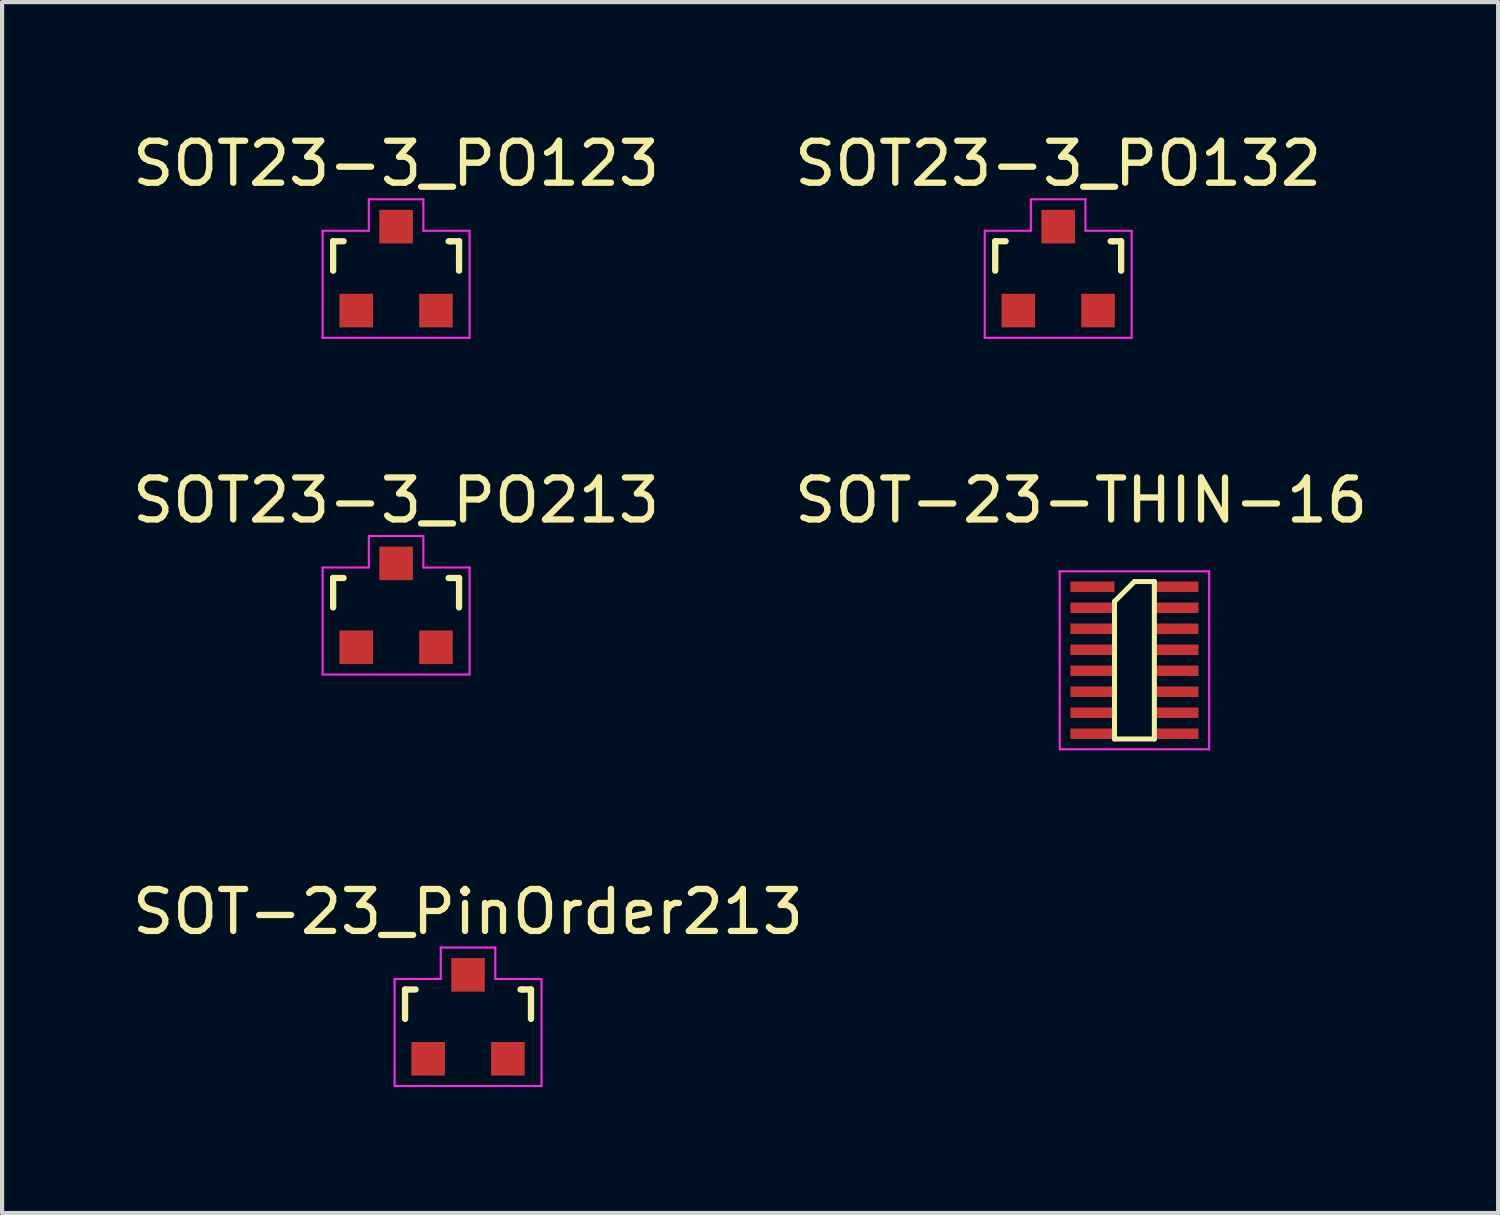
<source format=kicad_pcb>
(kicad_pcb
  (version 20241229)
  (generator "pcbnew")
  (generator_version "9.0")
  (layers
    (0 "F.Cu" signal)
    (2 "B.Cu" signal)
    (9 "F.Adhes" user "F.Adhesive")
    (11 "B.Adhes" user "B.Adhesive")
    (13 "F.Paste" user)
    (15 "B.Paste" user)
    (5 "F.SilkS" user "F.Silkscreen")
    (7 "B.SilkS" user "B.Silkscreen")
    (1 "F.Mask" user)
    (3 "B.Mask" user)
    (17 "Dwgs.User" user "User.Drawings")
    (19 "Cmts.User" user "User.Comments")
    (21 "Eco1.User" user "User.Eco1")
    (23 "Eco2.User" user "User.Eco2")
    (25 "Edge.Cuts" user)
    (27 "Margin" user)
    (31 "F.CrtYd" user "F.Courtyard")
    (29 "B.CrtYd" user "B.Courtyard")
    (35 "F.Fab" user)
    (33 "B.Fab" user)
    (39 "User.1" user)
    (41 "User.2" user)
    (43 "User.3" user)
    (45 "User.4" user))
  (footprint "SOT23-3_PO132"
    (layer "F.Cu")
    (at 22.161 3.348)
    (property "Reference" "SOT23-3_PO132" (at 0 -2.5 0) (layer "F.SilkS") (effects (font (size 1 1) (thickness 0.15))))
    (attr smd)
    (fp_line (start -1.5 -0.65) (end -1.251 -0.65) (stroke (width 0.15) (type solid)) (layer "F.SilkS"))
    (fp_line (start -1.5 0.051) (end -1.5 -0.65) (stroke (width 0.15) (type solid)) (layer "F.SilkS"))
    (fp_line (start 1.299 -0.65) (end 1.251 -0.65) (stroke (width 0.15) (type solid)) (layer "F.SilkS"))
    (fp_line (start 1.299 -0.65) (end 1.5 -0.65) (stroke (width 0.15) (type solid)) (layer "F.SilkS"))
    (fp_line (start 1.5 -0.65) (end 1.5 0.051) (stroke (width 0.15) (type solid)) (layer "F.SilkS"))
    (fp_line (start -1.75 -0.9) (end -0.65 -0.9) (stroke (width 0.05) (type solid)) (layer "F.CrtYd"))
    (fp_line (start -1.75 1.65) (end -1.75 -0.9) (stroke (width 0.05) (type solid)) (layer "F.CrtYd"))
    (fp_line (start -0.65 -1.65) (end 0.65 -1.65) (stroke (width 0.05) (type solid)) (layer "F.CrtYd"))
    (fp_line (start -0.65 -0.9) (end -0.65 -1.65) (stroke (width 0.05) (type solid)) (layer "F.CrtYd"))
    (fp_line (start 0.65 -0.9) (end 0.65 -1.65) (stroke (width 0.05) (type solid)) (layer "F.CrtYd"))
    (fp_line (start 1.75 -0.9) (end 0.65 -0.9) (stroke (width 0.05) (type solid)) (layer "F.CrtYd"))
    (fp_line (start 1.75 -0.9) (end 1.75 1.65) (stroke (width 0.05) (type solid)) (layer "F.CrtYd"))
    (fp_line (start 1.75 1.65) (end -1.75 1.65) (stroke (width 0.05) (type solid)) (layer "F.CrtYd"))
    (pad "1" smd rect (at -0.95 1.001) (size 0.8 0.8) (layers "F.Cu" "F.Mask" "F.Paste"))
    (pad "2" smd rect (at 0.95 1.001) (size 0.8 0.8) (layers "F.Cu" "F.Mask" "F.Paste"))
    (pad "3" smd rect (at 0 -0.998) (size 0.8 0.8) (layers "F.Cu" "F.Mask" "F.Paste")))
  (footprint "SOT23-3_PO123"
    (layer "F.Cu")
    (at 6.387 3.348)
    (property "Reference" "SOT23-3_PO123" (at 0 -2.5 0) (layer "F.SilkS") (effects (font (size 1 1) (thickness 0.15))))
    (attr smd)
    (fp_line (start -1.5 -0.65) (end -1.251 -0.65) (stroke (width 0.15) (type solid)) (layer "F.SilkS"))
    (fp_line (start -1.5 0.051) (end -1.5 -0.65) (stroke (width 0.15) (type solid)) (layer "F.SilkS"))
    (fp_line (start 1.299 -0.65) (end 1.251 -0.65) (stroke (width 0.15) (type solid)) (layer "F.SilkS"))
    (fp_line (start 1.299 -0.65) (end 1.5 -0.65) (stroke (width 0.15) (type solid)) (layer "F.SilkS"))
    (fp_line (start 1.5 -0.65) (end 1.5 0.051) (stroke (width 0.15) (type solid)) (layer "F.SilkS"))
    (fp_line (start -1.75 -0.9) (end -0.65 -0.9) (stroke (width 0.05) (type solid)) (layer "F.CrtYd"))
    (fp_line (start -1.75 1.65) (end -1.75 -0.9) (stroke (width 0.05) (type solid)) (layer "F.CrtYd"))
    (fp_line (start -0.65 -1.65) (end 0.65 -1.65) (stroke (width 0.05) (type solid)) (layer "F.CrtYd"))
    (fp_line (start -0.65 -0.9) (end -0.65 -1.65) (stroke (width 0.05) (type solid)) (layer "F.CrtYd"))
    (fp_line (start 0.65 -0.9) (end 0.65 -1.65) (stroke (width 0.05) (type solid)) (layer "F.CrtYd"))
    (fp_line (start 1.75 -0.9) (end 0.65 -0.9) (stroke (width 0.05) (type solid)) (layer "F.CrtYd"))
    (fp_line (start 1.75 -0.9) (end 1.75 1.65) (stroke (width 0.05) (type solid)) (layer "F.CrtYd"))
    (fp_line (start 1.75 1.65) (end -1.75 1.65) (stroke (width 0.05) (type solid)) (layer "F.CrtYd"))
    (pad "1" smd rect (at -0.95 1.001) (size 0.8 0.8) (layers "F.Cu" "F.Mask" "F.Paste"))
    (pad "2" smd rect (at 0 -0.998) (size 0.8 0.8) (layers "F.Cu" "F.Mask" "F.Paste"))
    (pad "3" smd rect (at 0.95 1.001) (size 0.8 0.8) (layers "F.Cu" "F.Mask" "F.Paste")))
  (footprint "SOT-23-THIN-16"
    (layer "F.Cu")
    (at 23.978 12.681)
    (property "Reference" "SOT-23-THIN-16" (at -1.27 -3.81 180) (layer "F.SilkS") (effects (font (size 1 1) (thickness 0.15))))
    (attr smd)
    (fp_line (start -0.475 -1.4) (end 0 -1.875) (stroke (width 0.12) (type solid)) (layer "F.SilkS"))
    (fp_line (start -0.475 1.875) (end -0.475 -1.4) (stroke (width 0.12) (type solid)) (layer "F.SilkS"))
    (fp_line (start 0 -1.875) (end 0.475 -1.875) (stroke (width 0.12) (type solid)) (layer "F.SilkS"))
    (fp_line (start 0.475 -1.875) (end 0.475 1.875) (stroke (width 0.12) (type solid)) (layer "F.SilkS"))
    (fp_line (start 0.475 1.875) (end -0.475 1.875) (stroke (width 0.12) (type solid)) (layer "F.SilkS"))
    (fp_line (start -1.78 -2.12) (end 1.78 -2.12) (stroke (width 0.05) (type solid)) (layer "F.CrtYd"))
    (fp_line (start -1.78 2.12) (end -1.78 -2.12) (stroke (width 0.05) (type solid)) (layer "F.CrtYd"))
    (fp_line (start 1.78 -2.12) (end 1.78 2.12) (stroke (width 0.05) (type solid)) (layer "F.CrtYd"))
    (fp_line (start 1.78 2.12) (end -1.78 2.12) (stroke (width 0.05) (type solid)) (layer "F.CrtYd"))
    (pad "1" smd rect (at -1 -1.75 270) (size 0.25 1.05) (layers "F.Cu" "F.Mask" "F.Paste"))
    (pad "2" smd rect (at -1 -1.25 270) (size 0.25 1.05) (layers "F.Cu" "F.Mask" "F.Paste"))
    (pad "3" smd rect (at -1 -0.75 270) (size 0.25 1.05) (layers "F.Cu" "F.Mask" "F.Paste"))
    (pad "4" smd rect (at -1 -0.25 270) (size 0.25 1.05) (layers "F.Cu" "F.Mask" "F.Paste"))
    (pad "5" smd rect (at -1 0.25 270) (size 0.25 1.05) (layers "F.Cu" "F.Mask" "F.Paste"))
    (pad "6" smd rect (at -1 0.75 270) (size 0.25 1.05) (layers "F.Cu" "F.Mask" "F.Paste"))
    (pad "7" smd rect (at -1 1.25 270) (size 0.25 1.05) (layers "F.Cu" "F.Mask" "F.Paste"))
    (pad "8" smd rect (at -1 1.75 270) (size 0.25 1.05) (layers "F.Cu" "F.Mask" "F.Paste"))
    (pad "9" smd rect (at 1 1.75 270) (size 0.25 1.05) (layers "F.Cu" "F.Mask" "F.Paste"))
    (pad "10" smd rect (at 1 1.25 270) (size 0.25 1.05) (layers "F.Cu" "F.Mask" "F.Paste"))
    (pad "11" smd rect (at 1 0.75 270) (size 0.25 1.05) (layers "F.Cu" "F.Mask" "F.Paste"))
    (pad "12" smd rect (at 1 0.25 270) (size 0.25 1.05) (layers "F.Cu" "F.Mask" "F.Paste"))
    (pad "13" smd rect (at 1 -0.25 270) (size 0.25 1.05) (layers "F.Cu" "F.Mask" "F.Paste"))
    (pad "14" smd rect (at 1 -0.75 270) (size 0.25 1.05) (layers "F.Cu" "F.Mask" "F.Paste"))
    (pad "15" smd rect (at 1 -1.25 270) (size 0.25 1.05) (layers "F.Cu" "F.Mask" "F.Paste"))
    (pad "16" smd rect (at 1 -1.75 270) (size 0.25 1.05) (layers "F.Cu" "F.Mask" "F.Paste")))
  (footprint "SOT23-3_PO213"
    (layer "F.Cu")
    (at 6.387 11.371)
    (property "Reference" "SOT23-3_PO213" (at 0 -2.5 0) (layer "F.SilkS") (effects (font (size 1 1) (thickness 0.15))))
    (attr smd)
    (fp_line (start -1.5 -0.65) (end -1.251 -0.65) (stroke (width 0.15) (type solid)) (layer "F.SilkS"))
    (fp_line (start -1.5 0.051) (end -1.5 -0.65) (stroke (width 0.15) (type solid)) (layer "F.SilkS"))
    (fp_line (start 1.299 -0.65) (end 1.251 -0.65) (stroke (width 0.15) (type solid)) (layer "F.SilkS"))
    (fp_line (start 1.299 -0.65) (end 1.5 -0.65) (stroke (width 0.15) (type solid)) (layer "F.SilkS"))
    (fp_line (start 1.5 -0.65) (end 1.5 0.051) (stroke (width 0.15) (type solid)) (layer "F.SilkS"))
    (fp_line (start -1.75 -0.9) (end -0.65 -0.9) (stroke (width 0.05) (type solid)) (layer "F.CrtYd"))
    (fp_line (start -1.75 1.65) (end -1.75 -0.9) (stroke (width 0.05) (type solid)) (layer "F.CrtYd"))
    (fp_line (start -0.65 -1.65) (end 0.65 -1.65) (stroke (width 0.05) (type solid)) (layer "F.CrtYd"))
    (fp_line (start -0.65 -0.9) (end -0.65 -1.65) (stroke (width 0.05) (type solid)) (layer "F.CrtYd"))
    (fp_line (start 0.65 -1.65) (end 0.65 -0.9) (stroke (width 0.05) (type solid)) (layer "F.CrtYd"))
    (fp_line (start 0.65 -0.9) (end 1.75 -0.9) (stroke (width 0.05) (type solid)) (layer "F.CrtYd"))
    (fp_line (start 1.75 -0.9) (end 1.75 1.65) (stroke (width 0.05) (type solid)) (layer "F.CrtYd"))
    (fp_line (start 1.75 1.65) (end -1.75 1.65) (stroke (width 0.05) (type solid)) (layer "F.CrtYd"))
    (pad "1" smd rect (at 0 -0.998) (size 0.8 0.8) (layers "F.Cu" "F.Mask" "F.Paste"))
    (pad "2" smd rect (at -0.95 1.001) (size 0.8 0.8) (layers "F.Cu" "F.Mask" "F.Paste"))
    (pad "3" smd rect (at 0.95 1.001) (size 0.8 0.8) (layers "F.Cu" "F.Mask" "F.Paste")))
  (footprint "SOT-23_PinOrder213"
    (layer "F.Cu")
    (at 8.101 21.175)
    (property "Reference" "SOT-23_PinOrder213" (at 0 -2.5 0) (layer "F.SilkS") (effects (font (size 1 1) (thickness 0.15))))
    (attr smd)
    (fp_line (start -1.5 -0.65) (end -1.251 -0.65) (stroke (width 0.15) (type solid)) (layer "F.SilkS"))
    (fp_line (start -1.5 0.051) (end -1.5 -0.65) (stroke (width 0.15) (type solid)) (layer "F.SilkS"))
    (fp_line (start 1.299 -0.65) (end 1.251 -0.65) (stroke (width 0.15) (type solid)) (layer "F.SilkS"))
    (fp_line (start 1.299 -0.65) (end 1.5 -0.65) (stroke (width 0.15) (type solid)) (layer "F.SilkS"))
    (fp_line (start 1.5 -0.65) (end 1.5 0.051) (stroke (width 0.15) (type solid)) (layer "F.SilkS"))
    (fp_line (start -1.75 -0.9) (end -0.65 -0.9) (stroke (width 0.05) (type solid)) (layer "F.CrtYd"))
    (fp_line (start -1.75 1.65) (end -1.75 -0.9) (stroke (width 0.05) (type solid)) (layer "F.CrtYd"))
    (fp_line (start -0.65 -1.65) (end 0.65 -1.65) (stroke (width 0.05) (type solid)) (layer "F.CrtYd"))
    (fp_line (start -0.65 -0.9) (end -0.65 -1.65) (stroke (width 0.05) (type solid)) (layer "F.CrtYd"))
    (fp_line (start 0.65 -1.65) (end 0.65 -0.9) (stroke (width 0.05) (type solid)) (layer "F.CrtYd"))
    (fp_line (start 0.65 -0.9) (end 1.75 -0.9) (stroke (width 0.05) (type solid)) (layer "F.CrtYd"))
    (fp_line (start 1.75 -0.9) (end 1.75 1.65) (stroke (width 0.05) (type solid)) (layer "F.CrtYd"))
    (fp_line (start 1.75 1.65) (end -1.75 1.65) (stroke (width 0.05) (type solid)) (layer "F.CrtYd"))
    (pad "1" smd rect (at 0 -0.998) (size 0.8 0.8) (layers "F.Cu" "F.Mask" "F.Paste"))
    (pad "2" smd rect (at -0.95 1.001) (size 0.8 0.8) (layers "F.Cu" "F.Mask" "F.Paste"))
    (pad "3" smd rect (at 0.95 1.001) (size 0.8 0.8) (layers "F.Cu" "F.Mask" "F.Paste")))
  (gr_rect
    (start -3 -3)
    (end 32.643 25.85)
    (stroke (width 0.1) (type default))
    (fill no)
    (layer "Edge.Cuts")))
</source>
